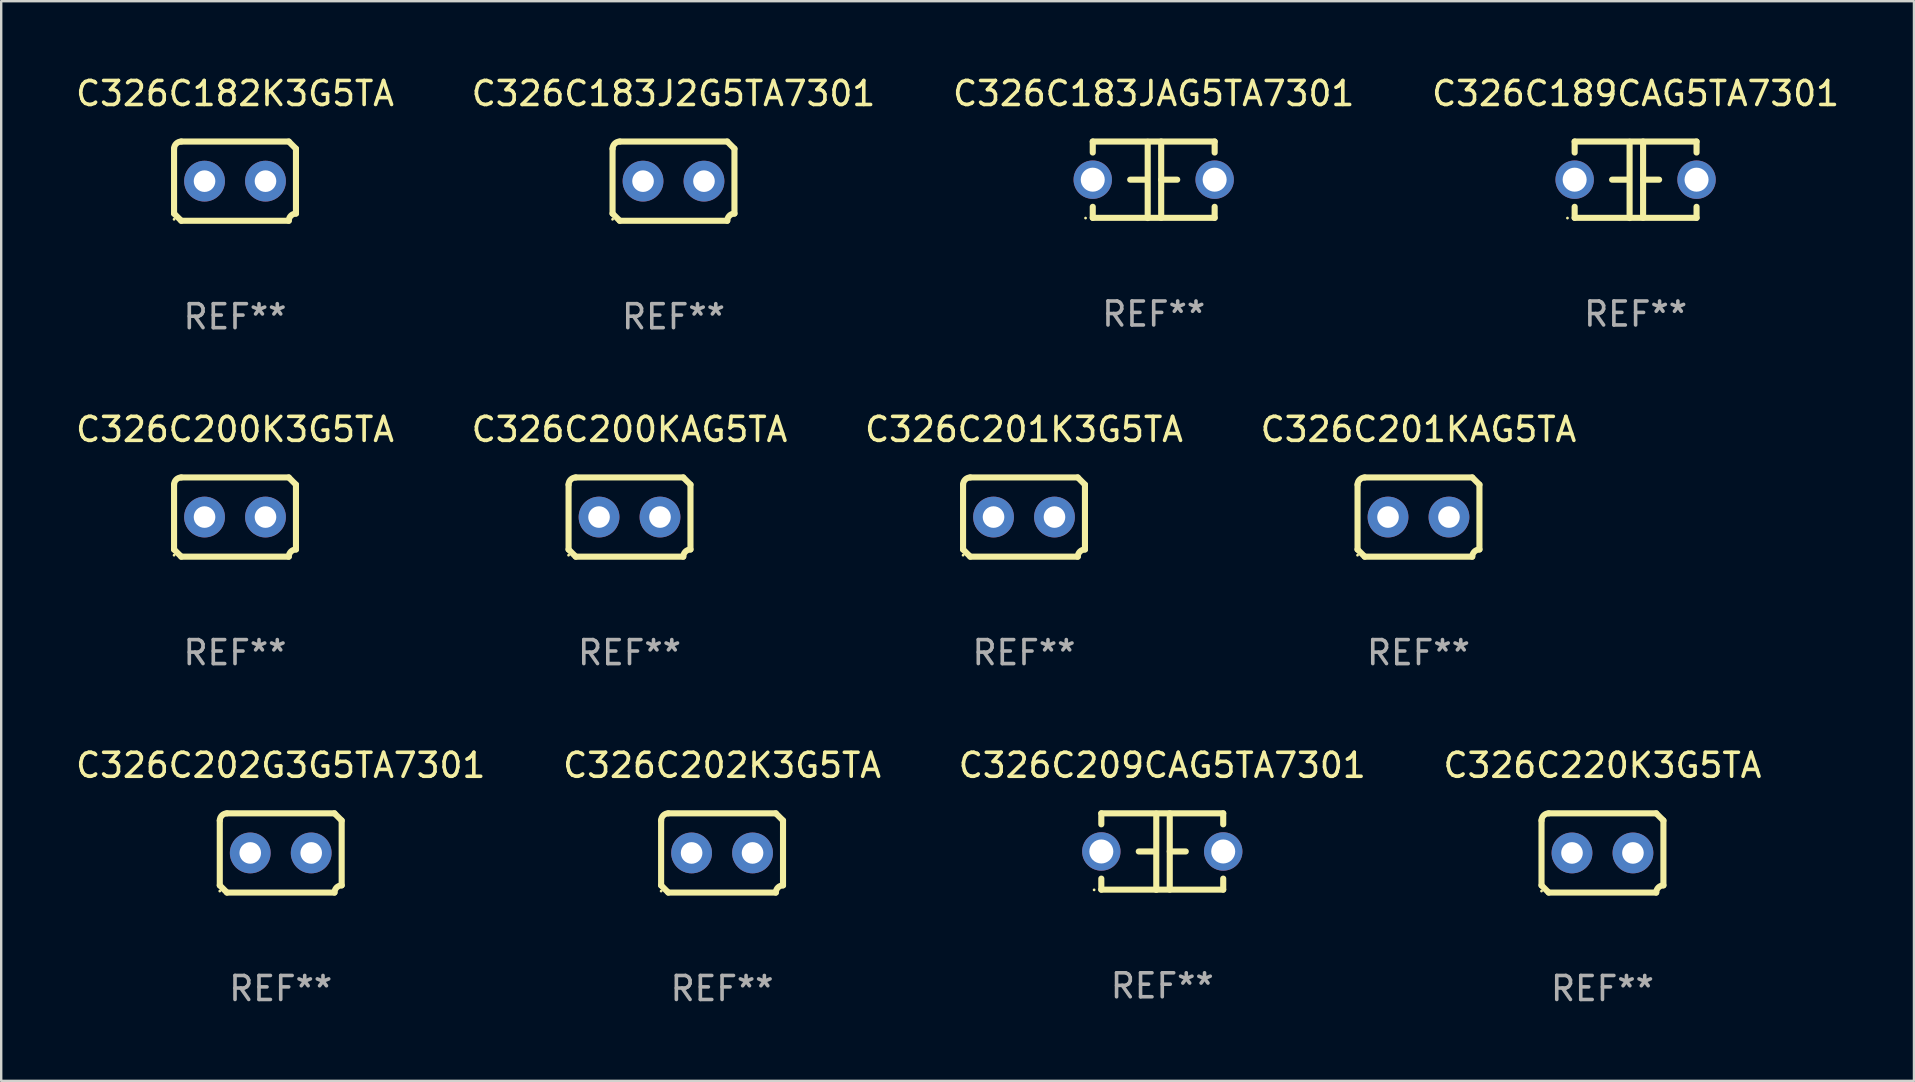
<source format=kicad_pcb>
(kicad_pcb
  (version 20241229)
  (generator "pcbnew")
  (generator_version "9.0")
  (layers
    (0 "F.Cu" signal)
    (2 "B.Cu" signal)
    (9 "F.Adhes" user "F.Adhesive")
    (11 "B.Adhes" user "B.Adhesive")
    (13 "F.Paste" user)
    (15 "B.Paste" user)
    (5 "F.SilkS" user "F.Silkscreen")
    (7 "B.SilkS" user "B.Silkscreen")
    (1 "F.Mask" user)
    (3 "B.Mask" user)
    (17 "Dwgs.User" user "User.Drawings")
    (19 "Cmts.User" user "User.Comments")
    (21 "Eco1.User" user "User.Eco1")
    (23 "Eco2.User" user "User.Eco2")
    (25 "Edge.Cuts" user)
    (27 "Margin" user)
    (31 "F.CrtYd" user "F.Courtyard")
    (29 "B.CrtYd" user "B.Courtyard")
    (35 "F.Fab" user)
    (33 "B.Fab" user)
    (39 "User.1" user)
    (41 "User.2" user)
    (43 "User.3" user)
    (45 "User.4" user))
  (footprint "C326C201KAG5TA"
    (layer "F.Cu")
    (at 56.065 18.498)
    (property "Reference" "C326C201KAG5TA" (at 0 -3.651 0) (layer "F.SilkS") (effects (font (size 1 1) (thickness 0.15))))
    (attr through_hole)
    (fp_line (start -2.54 -1.351) (end -2.54 1.351) (stroke (width 0.254) (type solid)) (layer "F.SilkS"))
    (fp_line (start -2.24 -1.651) (end 2.24 -1.651) (stroke (width 0.254) (type solid)) (layer "F.SilkS"))
    (fp_line (start 2.24 1.651) (end -2.24 1.651) (stroke (width 0.254) (type solid)) (layer "F.SilkS"))
    (fp_line (start 2.54 1.351) (end 2.54 -1.351) (stroke (width 0.254) (type solid)) (layer "F.SilkS"))
    (fp_arc (start -2.540005 -1.351283) (mid -2.450115 -1.561309) (end -2.240005 -1.651003) (stroke (width 0.254001) (type solid)) (layer "F.SilkS"))
    (fp_arc (start -2.240287 1.651001) (mid -2.390163 1.501019) (end -2.540005 1.351003) (stroke (width 0.254001) (type solid)) (layer "F.SilkS"))
    (fp_arc (start 2.240005 1.651003) (mid 2.329934 1.441015) (end 2.540005 1.351282) (stroke (width 0.254001) (type solid)) (layer "F.SilkS"))
    (fp_arc (start 2.540005 -1.351003) (mid 2.389393 -1.500252) (end 2.240284 -1.651003) (stroke (width 0.254001) (type solid)) (layer "F.SilkS"))
    (fp_circle (center -2.54 1.59) (end -2.51 1.59) (stroke (width 0.06) (type solid)) (fill no) (layer "F.SilkS"))
    (fp_text user "REF**" (at 0 5.651 0) (layer "F.Fab") (effects (font (size 1 1) (thickness 0.15))))
    (pad "1" thru_hole circle (at -1.27 0) (size 1.7 1.7) (drill 0.9) (layers "*.Cu" "*.Mask"))
    (pad "2" thru_hole circle (at 1.27 0) (size 1.7 1.7) (drill 0.9) (layers "*.Cu" "*.Mask")))
  (footprint "C326C183JAG5TA7301"
    (layer "F.Cu")
    (at 45.03 4.443)
    (property "Reference" "C326C183JAG5TA7301" (at 0 -3.595 0) (layer "F.SilkS") (effects (font (size 1 1) (thickness 0.15))))
    (attr through_hole)
    (fp_line (start -2.54 -1.595) (end -2.54 -1.136) (stroke (width 0.254) (type solid)) (layer "F.SilkS"))
    (fp_line (start -2.54 -1.595) (end 2.54 -1.595) (stroke (width 0.254) (type solid)) (layer "F.SilkS"))
    (fp_line (start -2.54 1.126) (end -2.54 1.585) (stroke (width 0.254) (type solid)) (layer "F.SilkS"))
    (fp_line (start -0.312 -0.005) (end -0.98 -0.005) (stroke (width 0.254) (type solid)) (layer "F.SilkS"))
    (fp_line (start -0.25 -1.585) (end -0.25 1.595) (stroke (width 0.254) (type solid)) (layer "F.SilkS"))
    (fp_line (start 0.312 -1.595) (end 0.312 1.585) (stroke (width 0.254) (type solid)) (layer "F.SilkS"))
    (fp_line (start 0.312 -0.005) (end 0.98 -0.005) (stroke (width 0.254) (type solid)) (layer "F.SilkS"))
    (fp_line (start 2.54 -1.595) (end 2.54 -1.136) (stroke (width 0.254) (type solid)) (layer "F.SilkS"))
    (fp_line (start 2.54 1.126) (end 2.54 1.585) (stroke (width 0.254) (type solid)) (layer "F.SilkS"))
    (fp_line (start 2.54 1.585) (end -2.54 1.585) (stroke (width 0.254) (type solid)) (layer "F.SilkS"))
    (fp_circle (center -2.84 1.595) (end -2.81 1.595) (stroke (width 0.06) (type solid)) (fill no) (layer "F.SilkS"))
    (fp_text user "REF**" (at 0 5.595 0) (layer "F.Fab") (effects (font (size 1 1) (thickness 0.15))))
    (pad "1" thru_hole circle (at -2.54 -0.005) (size 1.6 1.6) (drill 1) (layers "*.Cu" "*.Mask"))
    (pad "2" thru_hole circle (at 2.54 -0.005) (size 1.6 1.6) (drill 1) (layers "*.Cu" "*.Mask")))
  (footprint "C326C202G3G5TA7301"
    (layer "F.Cu")
    (at 8.649 32.496)
    (property "Reference" "C326C202G3G5TA7301" (at 0 -3.651 0) (layer "F.SilkS") (effects (font (size 1 1) (thickness 0.15))))
    (attr through_hole)
    (fp_line (start -2.54 -1.351) (end -2.54 1.351) (stroke (width 0.254) (type solid)) (layer "F.SilkS"))
    (fp_line (start -2.24 -1.651) (end 2.24 -1.651) (stroke (width 0.254) (type solid)) (layer "F.SilkS"))
    (fp_line (start 2.24 1.651) (end -2.24 1.651) (stroke (width 0.254) (type solid)) (layer "F.SilkS"))
    (fp_line (start 2.54 1.351) (end 2.54 -1.351) (stroke (width 0.254) (type solid)) (layer "F.SilkS"))
    (fp_arc (start -2.540005 -1.351283) (mid -2.450115 -1.561309) (end -2.240005 -1.651003) (stroke (width 0.254001) (type solid)) (layer "F.SilkS"))
    (fp_arc (start -2.240287 1.651001) (mid -2.390163 1.501019) (end -2.540005 1.351003) (stroke (width 0.254001) (type solid)) (layer "F.SilkS"))
    (fp_arc (start 2.240005 1.651003) (mid 2.329934 1.441015) (end 2.540005 1.351282) (stroke (width 0.254001) (type solid)) (layer "F.SilkS"))
    (fp_arc (start 2.540005 -1.351003) (mid 2.389393 -1.500252) (end 2.240284 -1.651003) (stroke (width 0.254001) (type solid)) (layer "F.SilkS"))
    (fp_circle (center -2.54 1.59) (end -2.51 1.59) (stroke (width 0.06) (type solid)) (fill no) (layer "F.SilkS"))
    (fp_text user "REF**" (at 0 5.651 0) (layer "F.Fab") (effects (font (size 1 1) (thickness 0.15))))
    (pad "1" thru_hole circle (at -1.27 0) (size 1.7 1.7) (drill 0.9) (layers "*.Cu" "*.Mask"))
    (pad "2" thru_hole circle (at 1.27 0) (size 1.7 1.7) (drill 0.9) (layers "*.Cu" "*.Mask")))
  (footprint "C326C200K3G5TA"
    (layer "F.Cu")
    (at 6.744 18.498)
    (property "Reference" "C326C200K3G5TA" (at 0 -3.651 0) (layer "F.SilkS") (effects (font (size 1 1) (thickness 0.15))))
    (attr through_hole)
    (fp_line (start -2.54 -1.351) (end -2.54 1.351) (stroke (width 0.254) (type solid)) (layer "F.SilkS"))
    (fp_line (start -2.24 -1.651) (end 2.24 -1.651) (stroke (width 0.254) (type solid)) (layer "F.SilkS"))
    (fp_line (start 2.24 1.651) (end -2.24 1.651) (stroke (width 0.254) (type solid)) (layer "F.SilkS"))
    (fp_line (start 2.54 1.351) (end 2.54 -1.351) (stroke (width 0.254) (type solid)) (layer "F.SilkS"))
    (fp_arc (start -2.540005 -1.351283) (mid -2.450115 -1.561309) (end -2.240005 -1.651003) (stroke (width 0.254001) (type solid)) (layer "F.SilkS"))
    (fp_arc (start -2.240287 1.651001) (mid -2.390163 1.501019) (end -2.540005 1.351003) (stroke (width 0.254001) (type solid)) (layer "F.SilkS"))
    (fp_arc (start 2.240005 1.651003) (mid 2.329934 1.441015) (end 2.540005 1.351282) (stroke (width 0.254001) (type solid)) (layer "F.SilkS"))
    (fp_arc (start 2.540005 -1.351003) (mid 2.389393 -1.500252) (end 2.240284 -1.651003) (stroke (width 0.254001) (type solid)) (layer "F.SilkS"))
    (fp_circle (center -2.54 1.59) (end -2.51 1.59) (stroke (width 0.06) (type solid)) (fill no) (layer "F.SilkS"))
    (fp_text user "REF**" (at 0 5.651 0) (layer "F.Fab") (effects (font (size 1 1) (thickness 0.15))))
    (pad "1" thru_hole circle (at -1.27 0) (size 1.7 1.7) (drill 0.9) (layers "*.Cu" "*.Mask"))
    (pad "2" thru_hole circle (at 1.27 0) (size 1.7 1.7) (drill 0.9) (layers "*.Cu" "*.Mask")))
  (footprint "C326C189CAG5TA7301"
    (layer "F.Cu")
    (at 65.113 4.443)
    (property "Reference" "C326C189CAG5TA7301" (at 0 -3.595 0) (layer "F.SilkS") (effects (font (size 1 1) (thickness 0.15))))
    (attr through_hole)
    (fp_line (start -2.54 -1.595) (end -2.54 -1.136) (stroke (width 0.254) (type solid)) (layer "F.SilkS"))
    (fp_line (start -2.54 -1.595) (end 2.54 -1.595) (stroke (width 0.254) (type solid)) (layer "F.SilkS"))
    (fp_line (start -2.54 1.126) (end -2.54 1.585) (stroke (width 0.254) (type solid)) (layer "F.SilkS"))
    (fp_line (start -0.312 -0.005) (end -0.98 -0.005) (stroke (width 0.254) (type solid)) (layer "F.SilkS"))
    (fp_line (start -0.25 -1.585) (end -0.25 1.595) (stroke (width 0.254) (type solid)) (layer "F.SilkS"))
    (fp_line (start 0.312 -1.595) (end 0.312 1.585) (stroke (width 0.254) (type solid)) (layer "F.SilkS"))
    (fp_line (start 0.312 -0.005) (end 0.98 -0.005) (stroke (width 0.254) (type solid)) (layer "F.SilkS"))
    (fp_line (start 2.54 -1.595) (end 2.54 -1.136) (stroke (width 0.254) (type solid)) (layer "F.SilkS"))
    (fp_line (start 2.54 1.126) (end 2.54 1.585) (stroke (width 0.254) (type solid)) (layer "F.SilkS"))
    (fp_line (start 2.54 1.585) (end -2.54 1.585) (stroke (width 0.254) (type solid)) (layer "F.SilkS"))
    (fp_circle (center -2.84 1.595) (end -2.81 1.595) (stroke (width 0.06) (type solid)) (fill no) (layer "F.SilkS"))
    (fp_text user "REF**" (at 0 5.595 0) (layer "F.Fab") (effects (font (size 1 1) (thickness 0.15))))
    (pad "1" thru_hole circle (at -2.54 -0.005) (size 1.6 1.6) (drill 1) (layers "*.Cu" "*.Mask"))
    (pad "2" thru_hole circle (at 2.54 -0.005) (size 1.6 1.6) (drill 1) (layers "*.Cu" "*.Mask")))
  (footprint "C326C220K3G5TA"
    (layer "F.Cu")
    (at 63.732 32.496)
    (property "Reference" "C326C220K3G5TA" (at 0 -3.651 0) (layer "F.SilkS") (effects (font (size 1 1) (thickness 0.15))))
    (attr through_hole)
    (fp_line (start -2.54 -1.351) (end -2.54 1.351) (stroke (width 0.254) (type solid)) (layer "F.SilkS"))
    (fp_line (start -2.24 -1.651) (end 2.24 -1.651) (stroke (width 0.254) (type solid)) (layer "F.SilkS"))
    (fp_line (start 2.24 1.651) (end -2.24 1.651) (stroke (width 0.254) (type solid)) (layer "F.SilkS"))
    (fp_line (start 2.54 1.351) (end 2.54 -1.351) (stroke (width 0.254) (type solid)) (layer "F.SilkS"))
    (fp_arc (start -2.540005 -1.351283) (mid -2.450115 -1.561309) (end -2.240005 -1.651003) (stroke (width 0.254001) (type solid)) (layer "F.SilkS"))
    (fp_arc (start -2.240287 1.651001) (mid -2.390163 1.501019) (end -2.540005 1.351003) (stroke (width 0.254001) (type solid)) (layer "F.SilkS"))
    (fp_arc (start 2.240005 1.651003) (mid 2.329934 1.441015) (end 2.540005 1.351282) (stroke (width 0.254001) (type solid)) (layer "F.SilkS"))
    (fp_arc (start 2.540005 -1.351003) (mid 2.389393 -1.500252) (end 2.240284 -1.651003) (stroke (width 0.254001) (type solid)) (layer "F.SilkS"))
    (fp_circle (center -2.54 1.59) (end -2.51 1.59) (stroke (width 0.06) (type solid)) (fill no) (layer "F.SilkS"))
    (fp_text user "REF**" (at 0 5.651 0) (layer "F.Fab") (effects (font (size 1 1) (thickness 0.15))))
    (pad "1" thru_hole circle (at -1.27 0) (size 1.7 1.7) (drill 0.9) (layers "*.Cu" "*.Mask"))
    (pad "2" thru_hole circle (at 1.27 0) (size 1.7 1.7) (drill 0.9) (layers "*.Cu" "*.Mask")))
  (footprint "C326C209CAG5TA7301"
    (layer "F.Cu")
    (at 45.387 32.44)
    (property "Reference" "C326C209CAG5TA7301" (at 0 -3.595 0) (layer "F.SilkS") (effects (font (size 1 1) (thickness 0.15))))
    (attr through_hole)
    (fp_line (start -2.54 -1.595) (end -2.54 -1.136) (stroke (width 0.254) (type solid)) (layer "F.SilkS"))
    (fp_line (start -2.54 -1.595) (end 2.54 -1.595) (stroke (width 0.254) (type solid)) (layer "F.SilkS"))
    (fp_line (start -2.54 1.126) (end -2.54 1.585) (stroke (width 0.254) (type solid)) (layer "F.SilkS"))
    (fp_line (start -0.312 -0.005) (end -0.98 -0.005) (stroke (width 0.254) (type solid)) (layer "F.SilkS"))
    (fp_line (start -0.25 -1.585) (end -0.25 1.595) (stroke (width 0.254) (type solid)) (layer "F.SilkS"))
    (fp_line (start 0.312 -1.595) (end 0.312 1.585) (stroke (width 0.254) (type solid)) (layer "F.SilkS"))
    (fp_line (start 0.312 -0.005) (end 0.98 -0.005) (stroke (width 0.254) (type solid)) (layer "F.SilkS"))
    (fp_line (start 2.54 -1.595) (end 2.54 -1.136) (stroke (width 0.254) (type solid)) (layer "F.SilkS"))
    (fp_line (start 2.54 1.126) (end 2.54 1.585) (stroke (width 0.254) (type solid)) (layer "F.SilkS"))
    (fp_line (start 2.54 1.585) (end -2.54 1.585) (stroke (width 0.254) (type solid)) (layer "F.SilkS"))
    (fp_circle (center -2.84 1.595) (end -2.81 1.595) (stroke (width 0.06) (type solid)) (fill no) (layer "F.SilkS"))
    (fp_text user "REF**" (at 0 5.595 0) (layer "F.Fab") (effects (font (size 1 1) (thickness 0.15))))
    (pad "1" thru_hole circle (at -2.54 -0.005) (size 1.6 1.6) (drill 1) (layers "*.Cu" "*.Mask"))
    (pad "2" thru_hole circle (at 2.54 -0.005) (size 1.6 1.6) (drill 1) (layers "*.Cu" "*.Mask")))
  (footprint "C326C201K3G5TA"
    (layer "F.Cu")
    (at 39.625 18.498)
    (property "Reference" "C326C201K3G5TA" (at 0 -3.651 0) (layer "F.SilkS") (effects (font (size 1 1) (thickness 0.15))))
    (attr through_hole)
    (fp_line (start -2.54 -1.351) (end -2.54 1.351) (stroke (width 0.254) (type solid)) (layer "F.SilkS"))
    (fp_line (start -2.24 -1.651) (end 2.24 -1.651) (stroke (width 0.254) (type solid)) (layer "F.SilkS"))
    (fp_line (start 2.24 1.651) (end -2.24 1.651) (stroke (width 0.254) (type solid)) (layer "F.SilkS"))
    (fp_line (start 2.54 1.351) (end 2.54 -1.351) (stroke (width 0.254) (type solid)) (layer "F.SilkS"))
    (fp_arc (start -2.540005 -1.351283) (mid -2.450115 -1.561309) (end -2.240005 -1.651003) (stroke (width 0.254001) (type solid)) (layer "F.SilkS"))
    (fp_arc (start -2.240287 1.651001) (mid -2.390163 1.501019) (end -2.540005 1.351003) (stroke (width 0.254001) (type solid)) (layer "F.SilkS"))
    (fp_arc (start 2.240005 1.651003) (mid 2.329934 1.441015) (end 2.540005 1.351282) (stroke (width 0.254001) (type solid)) (layer "F.SilkS"))
    (fp_arc (start 2.540005 -1.351003) (mid 2.389393 -1.500252) (end 2.240284 -1.651003) (stroke (width 0.254001) (type solid)) (layer "F.SilkS"))
    (fp_circle (center -2.54 1.59) (end -2.51 1.59) (stroke (width 0.06) (type solid)) (fill no) (layer "F.SilkS"))
    (fp_text user "REF**" (at 0 5.651 0) (layer "F.Fab") (effects (font (size 1 1) (thickness 0.15))))
    (pad "1" thru_hole circle (at -1.27 0) (size 1.7 1.7) (drill 0.9) (layers "*.Cu" "*.Mask"))
    (pad "2" thru_hole circle (at 1.27 0) (size 1.7 1.7) (drill 0.9) (layers "*.Cu" "*.Mask")))
  (footprint "C326C202K3G5TA"
    (layer "F.Cu")
    (at 27.042 32.496)
    (property "Reference" "C326C202K3G5TA" (at 0 -3.651 0) (layer "F.SilkS") (effects (font (size 1 1) (thickness 0.15))))
    (attr through_hole)
    (fp_line (start -2.54 -1.351) (end -2.54 1.351) (stroke (width 0.254) (type solid)) (layer "F.SilkS"))
    (fp_line (start -2.24 -1.651) (end 2.24 -1.651) (stroke (width 0.254) (type solid)) (layer "F.SilkS"))
    (fp_line (start 2.24 1.651) (end -2.24 1.651) (stroke (width 0.254) (type solid)) (layer "F.SilkS"))
    (fp_line (start 2.54 1.351) (end 2.54 -1.351) (stroke (width 0.254) (type solid)) (layer "F.SilkS"))
    (fp_arc (start -2.540005 -1.351283) (mid -2.450115 -1.561309) (end -2.240005 -1.651003) (stroke (width 0.254001) (type solid)) (layer "F.SilkS"))
    (fp_arc (start -2.240287 1.651001) (mid -2.390163 1.501019) (end -2.540005 1.351003) (stroke (width 0.254001) (type solid)) (layer "F.SilkS"))
    (fp_arc (start 2.240005 1.651003) (mid 2.329934 1.441015) (end 2.540005 1.351282) (stroke (width 0.254001) (type solid)) (layer "F.SilkS"))
    (fp_arc (start 2.540005 -1.351003) (mid 2.389393 -1.500252) (end 2.240284 -1.651003) (stroke (width 0.254001) (type solid)) (layer "F.SilkS"))
    (fp_circle (center -2.54 1.59) (end -2.51 1.59) (stroke (width 0.06) (type solid)) (fill no) (layer "F.SilkS"))
    (fp_text user "REF**" (at 0 5.651 0) (layer "F.Fab") (effects (font (size 1 1) (thickness 0.15))))
    (pad "1" thru_hole circle (at -1.27 0) (size 1.7 1.7) (drill 0.9) (layers "*.Cu" "*.Mask"))
    (pad "2" thru_hole circle (at 1.27 0) (size 1.7 1.7) (drill 0.9) (layers "*.Cu" "*.Mask")))
  (footprint "C326C200KAG5TA"
    (layer "F.Cu")
    (at 23.185 18.498)
    (property "Reference" "C326C200KAG5TA" (at 0 -3.651 0) (layer "F.SilkS") (effects (font (size 1 1) (thickness 0.15))))
    (attr through_hole)
    (fp_line (start -2.54 -1.351) (end -2.54 1.351) (stroke (width 0.254) (type solid)) (layer "F.SilkS"))
    (fp_line (start -2.24 -1.651) (end 2.24 -1.651) (stroke (width 0.254) (type solid)) (layer "F.SilkS"))
    (fp_line (start 2.24 1.651) (end -2.24 1.651) (stroke (width 0.254) (type solid)) (layer "F.SilkS"))
    (fp_line (start 2.54 1.351) (end 2.54 -1.351) (stroke (width 0.254) (type solid)) (layer "F.SilkS"))
    (fp_arc (start -2.540005 -1.351283) (mid -2.450115 -1.561309) (end -2.240005 -1.651003) (stroke (width 0.254001) (type solid)) (layer "F.SilkS"))
    (fp_arc (start -2.240287 1.651001) (mid -2.390163 1.501019) (end -2.540005 1.351003) (stroke (width 0.254001) (type solid)) (layer "F.SilkS"))
    (fp_arc (start 2.240005 1.651003) (mid 2.329934 1.441015) (end 2.540005 1.351282) (stroke (width 0.254001) (type solid)) (layer "F.SilkS"))
    (fp_arc (start 2.540005 -1.351003) (mid 2.389393 -1.500252) (end 2.240284 -1.651003) (stroke (width 0.254001) (type solid)) (layer "F.SilkS"))
    (fp_circle (center -2.54 1.59) (end -2.51 1.59) (stroke (width 0.06) (type solid)) (fill no) (layer "F.SilkS"))
    (fp_text user "REF**" (at 0 5.651 0) (layer "F.Fab") (effects (font (size 1 1) (thickness 0.15))))
    (pad "1" thru_hole circle (at -1.27 0) (size 1.7 1.7) (drill 0.9) (layers "*.Cu" "*.Mask"))
    (pad "2" thru_hole circle (at 1.27 0) (size 1.7 1.7) (drill 0.9) (layers "*.Cu" "*.Mask")))
  (footprint "C326C183J2G5TA7301"
    (layer "F.Cu")
    (at 25.018 4.499)
    (property "Reference" "C326C183J2G5TA7301" (at 0 -3.651 0) (layer "F.SilkS") (effects (font (size 1 1) (thickness 0.15))))
    (attr through_hole)
    (fp_line (start -2.54 -1.351) (end -2.54 1.351) (stroke (width 0.254) (type solid)) (layer "F.SilkS"))
    (fp_line (start -2.24 -1.651) (end 2.24 -1.651) (stroke (width 0.254) (type solid)) (layer "F.SilkS"))
    (fp_line (start 2.24 1.651) (end -2.24 1.651) (stroke (width 0.254) (type solid)) (layer "F.SilkS"))
    (fp_line (start 2.54 1.351) (end 2.54 -1.351) (stroke (width 0.254) (type solid)) (layer "F.SilkS"))
    (fp_arc (start -2.540005 -1.351283) (mid -2.450115 -1.561309) (end -2.240005 -1.651003) (stroke (width 0.254001) (type solid)) (layer "F.SilkS"))
    (fp_arc (start -2.240287 1.651001) (mid -2.390163 1.501019) (end -2.540005 1.351003) (stroke (width 0.254001) (type solid)) (layer "F.SilkS"))
    (fp_arc (start 2.240005 1.651003) (mid 2.329934 1.441015) (end 2.540005 1.351282) (stroke (width 0.254001) (type solid)) (layer "F.SilkS"))
    (fp_arc (start 2.540005 -1.351003) (mid 2.389393 -1.500252) (end 2.240284 -1.651003) (stroke (width 0.254001) (type solid)) (layer "F.SilkS"))
    (fp_circle (center -2.54 1.59) (end -2.51 1.59) (stroke (width 0.06) (type solid)) (fill no) (layer "F.SilkS"))
    (fp_text user "REF**" (at 0 5.651 0) (layer "F.Fab") (effects (font (size 1 1) (thickness 0.15))))
    (pad "1" thru_hole circle (at -1.27 0) (size 1.7 1.7) (drill 0.9) (layers "*.Cu" "*.Mask"))
    (pad "2" thru_hole circle (at 1.27 0) (size 1.7 1.7) (drill 0.9) (layers "*.Cu" "*.Mask")))
  (footprint "C326C182K3G5TA"
    (layer "F.Cu")
    (at 6.744 4.499)
    (property "Reference" "C326C182K3G5TA" (at 0 -3.651 0) (layer "F.SilkS") (effects (font (size 1 1) (thickness 0.15))))
    (attr through_hole)
    (fp_line (start -2.54 -1.351) (end -2.54 1.351) (stroke (width 0.254) (type solid)) (layer "F.SilkS"))
    (fp_line (start -2.24 -1.651) (end 2.24 -1.651) (stroke (width 0.254) (type solid)) (layer "F.SilkS"))
    (fp_line (start 2.24 1.651) (end -2.24 1.651) (stroke (width 0.254) (type solid)) (layer "F.SilkS"))
    (fp_line (start 2.54 1.351) (end 2.54 -1.351) (stroke (width 0.254) (type solid)) (layer "F.SilkS"))
    (fp_arc (start -2.540005 -1.351283) (mid -2.450115 -1.561309) (end -2.240005 -1.651003) (stroke (width 0.254001) (type solid)) (layer "F.SilkS"))
    (fp_arc (start -2.240287 1.651001) (mid -2.390163 1.501019) (end -2.540005 1.351003) (stroke (width 0.254001) (type solid)) (layer "F.SilkS"))
    (fp_arc (start 2.240005 1.651003) (mid 2.329934 1.441015) (end 2.540005 1.351282) (stroke (width 0.254001) (type solid)) (layer "F.SilkS"))
    (fp_arc (start 2.540005 -1.351003) (mid 2.389393 -1.500252) (end 2.240284 -1.651003) (stroke (width 0.254001) (type solid)) (layer "F.SilkS"))
    (fp_circle (center -2.54 1.59) (end -2.51 1.59) (stroke (width 0.06) (type solid)) (fill no) (layer "F.SilkS"))
    (fp_text user "REF**" (at 0 5.651 0) (layer "F.Fab") (effects (font (size 1 1) (thickness 0.15))))
    (pad "1" thru_hole circle (at -1.27 0) (size 1.7 1.7) (drill 0.9) (layers "*.Cu" "*.Mask"))
    (pad "2" thru_hole circle (at 1.27 0) (size 1.7 1.7) (drill 0.9) (layers "*.Cu" "*.Mask")))
  (gr_rect
    (start -3 -3)
    (end 76.714 41.996)
    (stroke (width 0.1) (type default))
    (fill no)
    (layer "Edge.Cuts")))
</source>
